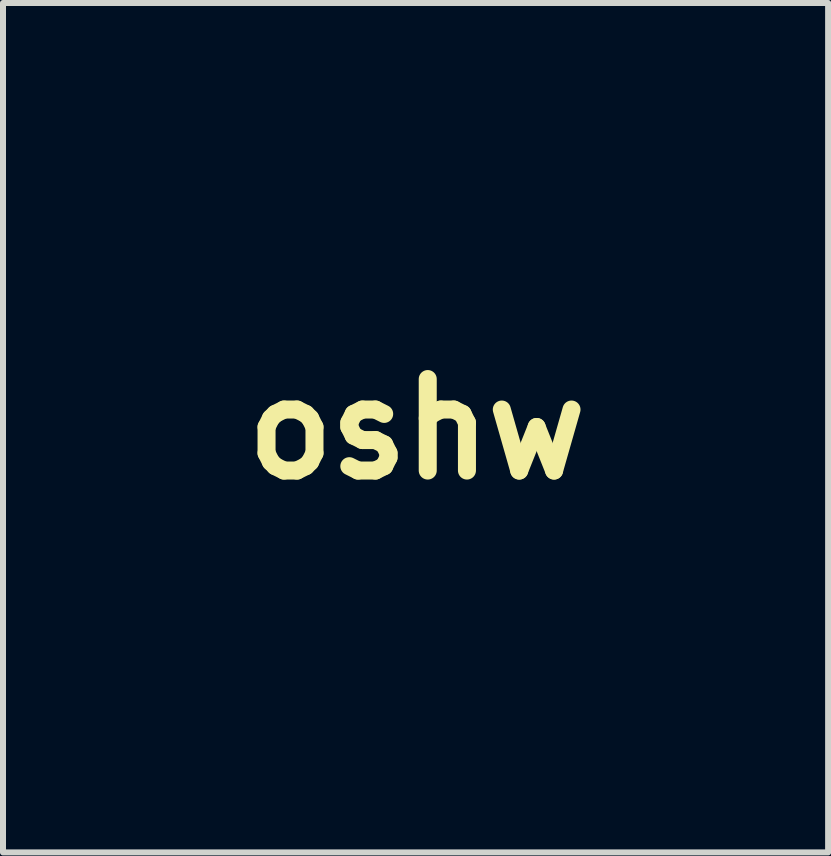
<source format=kicad_pcb>
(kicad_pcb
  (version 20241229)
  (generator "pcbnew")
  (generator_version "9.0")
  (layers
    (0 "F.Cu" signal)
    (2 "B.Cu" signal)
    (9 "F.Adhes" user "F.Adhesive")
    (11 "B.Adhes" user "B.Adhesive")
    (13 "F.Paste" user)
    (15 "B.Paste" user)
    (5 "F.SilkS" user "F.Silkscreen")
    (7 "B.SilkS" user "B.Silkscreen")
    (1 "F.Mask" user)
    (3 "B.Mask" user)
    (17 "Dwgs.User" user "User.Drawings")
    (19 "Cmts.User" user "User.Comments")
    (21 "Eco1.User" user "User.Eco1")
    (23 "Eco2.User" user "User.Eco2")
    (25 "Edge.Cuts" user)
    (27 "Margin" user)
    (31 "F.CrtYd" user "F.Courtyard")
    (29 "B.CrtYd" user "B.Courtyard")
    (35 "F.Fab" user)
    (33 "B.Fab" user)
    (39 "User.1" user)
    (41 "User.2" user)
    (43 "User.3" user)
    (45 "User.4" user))
  (footprint "oshw"
    (layer "F.Cu")
    (at 3.894 4.099)
    (property "Reference" "oshw" (at 0 0 0) (layer "F.SilkS") (effects (font (size 1.524 1.524) (thickness 0.3))))
    (attr through_hole)
    (fp_poly (pts (xy -1.352 3.211) (xy -1.318 3.23) (xy -1.317 3.233) (xy -1.297 3.249) (xy -1.253 3.233) (xy -1.166 3.207) (xy -1.074 3.21) (xy -1.006 3.238) (xy -0.976 3.264) (xy -0.976 3.293) (xy -1.004 3.339) (xy -1.042 3.384) (xy -1.088 3.398) (xy -1.141 3.393) (xy -1.206 3.387) (xy -1.252 3.396) (xy -1.283 3.426) (xy -1.302 3.485) (xy -1.314 3.581) (xy -1.322 3.719) (xy -1.322 3.73) (xy -1.335 4.03) (xy -1.417 4.038) (xy -1.5 4.046) (xy -1.5 3.204) (xy -1.413 3.204) (xy -1.352 3.211)) (stroke (width 0.01) (type solid)) (fill yes) (layer "F.Mask"))
    (fp_poly (pts (xy 2.086 1.94) (xy 2.11 1.966) (xy 2.11 1.972) (xy 2.115 1.997) (xy 2.138 1.991) (xy 2.167 1.972) (xy 2.245 1.941) (xy 2.34 1.934) (xy 2.426 1.953) (xy 2.455 1.968) (xy 2.486 1.995) (xy 2.486 2.019) (xy 2.453 2.059) (xy 2.443 2.07) (xy 2.388 2.116) (xy 2.331 2.125) (xy 2.299 2.121) (xy 2.226 2.119) (xy 2.17 2.153) (xy 2.164 2.159) (xy 2.14 2.187) (xy 2.124 2.224) (xy 2.115 2.279) (xy 2.111 2.363) (xy 2.11 2.487) (xy 2.11 2.492) (xy 2.11 2.771) (xy 1.932 2.771) (xy 1.932 1.932) (xy 2.021 1.932) (xy 2.086 1.94)) (stroke (width 0.01) (type solid)) (fill yes) (layer "F.Mask"))
    (fp_poly (pts (xy 1.885 3.213) (xy 1.907 3.24) (xy 1.907 3.24) (xy 1.913 3.263) (xy 1.94 3.258) (xy 1.977 3.24) (xy 2.074 3.209) (xy 2.174 3.209) (xy 2.252 3.24) (xy 2.283 3.266) (xy 2.283 3.291) (xy 2.249 3.331) (xy 2.241 3.339) (xy 2.183 3.385) (xy 2.118 3.393) (xy 2.101 3.39) (xy 2.016 3.395) (xy 1.97 3.416) (xy 1.948 3.438) (xy 1.933 3.471) (xy 1.923 3.525) (xy 1.916 3.61) (xy 1.911 3.735) (xy 1.911 3.748) (xy 1.903 4.043) (xy 1.833 4.043) (xy 1.775 4.037) (xy 1.746 4.026) (xy 1.74 3.996) (xy 1.735 3.924) (xy 1.731 3.819) (xy 1.729 3.691) (xy 1.729 3.606) (xy 1.729 3.204) (xy 1.818 3.204) (xy 1.885 3.213)) (stroke (width 0.01) (type solid)) (fill yes) (layer "F.Mask"))
    (fp_poly (pts (xy 1.297 2.212) (xy 1.298 2.338) (xy 1.302 2.424) (xy 1.311 2.48) (xy 1.326 2.516) (xy 1.348 2.543) (xy 1.403 2.581) (xy 1.449 2.593) (xy 1.505 2.576) (xy 1.551 2.543) (xy 1.574 2.514) (xy 1.588 2.476) (xy 1.597 2.419) (xy 1.601 2.33) (xy 1.602 2.212) (xy 1.602 1.932) (xy 1.781 1.932) (xy 1.774 2.345) (xy 1.767 2.759) (xy 1.684 2.767) (xy 1.625 2.766) (xy 1.603 2.744) (xy 1.602 2.734) (xy 1.597 2.709) (xy 1.573 2.71) (xy 1.527 2.733) (xy 1.411 2.768) (xy 1.296 2.752) (xy 1.284 2.747) (xy 1.229 2.713) (xy 1.182 2.67) (xy 1.161 2.641) (xy 1.146 2.603) (xy 1.136 2.545) (xy 1.129 2.46) (xy 1.125 2.336) (xy 1.123 2.273) (xy 1.115 1.932) (xy 1.297 1.932) (xy 1.297 2.212)) (stroke (width 0.01) (type solid)) (fill yes) (layer "F.Mask"))
    (fp_poly (pts (xy 2.934 1.947) (xy 3.026 1.99) (xy 3.092 2.04) (xy 3.115 2.079) (xy 3.096 2.116) (xy 3.063 2.143) (xy 3.014 2.173) (xy 2.977 2.171) (xy 2.944 2.15) (xy 2.857 2.114) (xy 2.775 2.122) (xy 2.706 2.17) (xy 2.66 2.251) (xy 2.644 2.352) (xy 2.662 2.459) (xy 2.71 2.538) (xy 2.78 2.583) (xy 2.862 2.589) (xy 2.944 2.554) (xy 2.988 2.529) (xy 3.025 2.536) (xy 3.063 2.56) (xy 3.108 2.602) (xy 3.111 2.639) (xy 3.071 2.683) (xy 3.046 2.703) (xy 2.946 2.749) (xy 2.828 2.764) (xy 2.711 2.746) (xy 2.67 2.728) (xy 2.564 2.649) (xy 2.497 2.541) (xy 2.468 2.401) (xy 2.466 2.354) (xy 2.48 2.209) (xy 2.513 2.112) (xy 2.589 2.019) (xy 2.694 1.959) (xy 2.813 1.934) (xy 2.934 1.947)) (stroke (width 0.01) (type solid)) (fill yes) (layer "F.Mask"))
    (fp_poly (pts (xy -1.068 1.949) (xy -0.972 2.005) (xy -0.935 2.043) (xy -0.916 2.074) (xy -0.904 2.118) (xy -0.896 2.186) (xy -0.892 2.285) (xy -0.89 2.426) (xy -0.89 2.436) (xy -0.89 2.775) (xy -0.973 2.767) (xy -1.055 2.759) (xy -1.062 2.48) (xy -1.07 2.331) (xy -1.084 2.227) (xy -1.108 2.16) (xy -1.143 2.123) (xy -1.194 2.111) (xy -1.205 2.111) (xy -1.257 2.115) (xy -1.293 2.133) (xy -1.317 2.172) (xy -1.332 2.24) (xy -1.342 2.345) (xy -1.348 2.459) (xy -1.36 2.759) (xy -1.443 2.767) (xy -1.511 2.762) (xy -1.539 2.74) (xy -1.543 2.704) (xy -1.546 2.626) (xy -1.547 2.517) (xy -1.546 2.388) (xy -1.545 2.325) (xy -1.538 1.945) (xy -1.467 1.937) (xy -1.402 1.94) (xy -1.36 1.958) (xy -1.314 1.973) (xy -1.275 1.96) (xy -1.174 1.932) (xy -1.068 1.949)) (stroke (width 0.01) (type solid)) (fill yes) (layer "F.Mask"))
    (fp_poly (pts (xy -3.474 1.941) (xy -3.368 1.98) (xy -3.282 2.055) (xy -3.268 2.075) (xy -3.228 2.171) (xy -3.209 2.295) (xy -3.212 2.426) (xy -3.237 2.545) (xy -3.248 2.572) (xy -3.319 2.678) (xy -3.418 2.745) (xy -3.534 2.769) (xy -3.66 2.749) (xy -3.712 2.727) (xy -3.79 2.668) (xy -3.846 2.593) (xy -3.877 2.493) (xy -3.889 2.367) (xy -3.887 2.323) (xy -3.71 2.323) (xy -3.707 2.371) (xy -3.685 2.489) (xy -3.643 2.564) (xy -3.582 2.595) (xy -3.506 2.579) (xy -3.465 2.555) (xy -3.416 2.493) (xy -3.39 2.403) (xy -3.388 2.303) (xy -3.41 2.209) (xy -3.449 2.148) (xy -3.515 2.114) (xy -3.593 2.12) (xy -3.664 2.164) (xy -3.694 2.203) (xy -3.709 2.25) (xy -3.71 2.323) (xy -3.887 2.323) (xy -3.882 2.238) (xy -3.856 2.128) (xy -3.853 2.123) (xy -3.789 2.028) (xy -3.697 1.966) (xy -3.588 1.936) (xy -3.474 1.941)) (stroke (width 0.01) (type solid)) (fill yes) (layer "F.Mask"))
    (fp_poly (pts (xy 0.778 1.957) (xy 0.879 2.013) (xy 0.899 2.032) (xy 0.94 2.076) (xy 0.964 2.12) (xy 0.978 2.179) (xy 0.985 2.267) (xy 0.988 2.31) (xy 0.986 2.459) (xy 0.963 2.57) (xy 0.915 2.653) (xy 0.838 2.718) (xy 0.831 2.722) (xy 0.727 2.76) (xy 0.61 2.767) (xy 0.521 2.747) (xy 0.469 2.714) (xy 0.412 2.663) (xy 0.409 2.66) (xy 0.356 2.571) (xy 0.326 2.453) (xy 0.32 2.354) (xy 0.509 2.354) (xy 0.511 2.446) (xy 0.522 2.503) (xy 0.545 2.538) (xy 0.565 2.554) (xy 0.646 2.59) (xy 0.719 2.577) (xy 0.763 2.543) (xy 0.796 2.494) (xy 0.811 2.422) (xy 0.814 2.352) (xy 0.799 2.233) (xy 0.757 2.153) (xy 0.69 2.114) (xy 0.657 2.11) (xy 0.584 2.127) (xy 0.536 2.179) (xy 0.513 2.272) (xy 0.509 2.354) (xy 0.32 2.354) (xy 0.318 2.321) (xy 0.335 2.191) (xy 0.376 2.081) (xy 0.377 2.079) (xy 0.451 1.998) (xy 0.551 1.95) (xy 0.664 1.936) (xy 0.778 1.957)) (stroke (width 0.01) (type solid)) (fill yes) (layer "F.Mask"))
    (fp_poly (pts (xy -0.311 3.452) (xy -0.318 4.03) (xy -0.4 4.038) (xy -0.461 4.036) (xy -0.483 4.014) (xy -0.483 4.008) (xy -0.489 3.984) (xy -0.515 3.987) (xy -0.553 4.006) (xy -0.669 4.039) (xy -0.789 4.023) (xy -0.807 4.016) (xy -0.858 3.98) (xy -0.91 3.92) (xy -0.916 3.91) (xy -0.942 3.862) (xy -0.956 3.809) (xy -0.963 3.737) (xy -0.962 3.632) (xy -0.962 3.629) (xy -0.788 3.629) (xy -0.774 3.74) (xy -0.734 3.819) (xy -0.676 3.86) (xy -0.604 3.86) (xy -0.548 3.83) (xy -0.513 3.783) (xy -0.494 3.696) (xy -0.491 3.659) (xy -0.493 3.531) (xy -0.523 3.445) (xy -0.581 3.397) (xy -0.627 3.387) (xy -0.705 3.398) (xy -0.757 3.452) (xy -0.784 3.549) (xy -0.788 3.629) (xy -0.962 3.629) (xy -0.961 3.589) (xy -0.957 3.477) (xy -0.95 3.404) (xy -0.937 3.355) (xy -0.914 3.32) (xy -0.877 3.284) (xy -0.87 3.278) (xy -0.774 3.22) (xy -0.669 3.203) (xy -0.569 3.226) (xy -0.54 3.243) (xy -0.483 3.283) (xy -0.483 2.873) (xy -0.304 2.873) (xy -0.311 3.452)) (stroke (width 0.01) (type solid)) (fill yes) (layer "F.Mask"))
    (fp_poly (pts (xy 0.071 1.96) (xy 0.129 1.984) (xy 0.23 2.036) (xy 0.185 2.099) (xy 0.137 2.144) (xy 0.089 2.145) (xy 0.033 2.133) (xy -0.048 2.121) (xy -0.082 2.117) (xy -0.16 2.113) (xy -0.201 2.124) (xy -0.22 2.15) (xy -0.217 2.199) (xy -0.171 2.238) (xy -0.093 2.26) (xy -0.045 2.263) (xy 0.078 2.282) (xy 0.169 2.334) (xy 0.226 2.412) (xy 0.241 2.51) (xy 0.218 2.605) (xy 0.157 2.689) (xy 0.062 2.744) (xy -0.06 2.769) (xy -0.197 2.761) (xy -0.267 2.744) (xy -0.346 2.709) (xy -0.406 2.671) (xy -0.47 2.622) (xy -0.41 2.559) (xy -0.351 2.496) (xy -0.271 2.544) (xy -0.187 2.58) (xy -0.102 2.594) (xy -0.026 2.586) (xy 0.028 2.559) (xy 0.048 2.515) (xy 0.047 2.503) (xy 0.026 2.472) (xy -0.028 2.447) (xy -0.115 2.427) (xy -0.225 2.404) (xy -0.296 2.382) (xy -0.34 2.355) (xy -0.368 2.317) (xy -0.382 2.287) (xy -0.403 2.181) (xy -0.382 2.081) (xy -0.324 2.001) (xy -0.297 1.982) (xy -0.188 1.942) (xy -0.059 1.934) (xy 0.071 1.96)) (stroke (width 0.01) (type solid)) (fill yes) (layer "F.Mask"))
    (fp_poly (pts (xy -1.877 1.958) (xy -1.838 1.975) (xy -1.755 2.04) (xy -1.692 2.14) (xy -1.658 2.261) (xy -1.653 2.32) (xy -1.653 2.415) (xy -1.907 2.415) (xy -2.037 2.418) (xy -2.12 2.428) (xy -2.16 2.447) (xy -2.162 2.478) (xy -2.129 2.523) (xy -2.11 2.543) (xy -2.036 2.584) (xy -1.945 2.59) (xy -1.855 2.561) (xy -1.847 2.555) (xy -1.803 2.532) (xy -1.77 2.541) (xy -1.733 2.576) (xy -1.697 2.619) (xy -1.695 2.647) (xy -1.722 2.676) (xy -1.83 2.741) (xy -1.957 2.768) (xy -2.088 2.754) (xy -2.158 2.728) (xy -2.24 2.661) (xy -2.299 2.559) (xy -2.332 2.435) (xy -2.336 2.3) (xy -2.324 2.243) (xy -2.161 2.243) (xy -2.138 2.254) (xy -2.078 2.261) (xy -2.009 2.263) (xy -1.923 2.261) (xy -1.876 2.252) (xy -1.858 2.233) (xy -1.856 2.217) (xy -1.877 2.158) (xy -1.93 2.12) (xy -1.999 2.107) (xy -2.068 2.123) (xy -2.122 2.167) (xy -2.151 2.216) (xy -2.161 2.243) (xy -2.324 2.243) (xy -2.308 2.166) (xy -2.29 2.118) (xy -2.219 2.016) (xy -2.121 1.953) (xy -2.005 1.933) (xy -1.877 1.958)) (stroke (width 0.01) (type solid)) (fill yes) (layer "F.Mask"))
    (fp_poly (pts (xy 3.614 1.958) (xy 3.65 1.973) (xy 3.734 2.029) (xy 3.79 2.109) (xy 3.822 2.223) (xy 3.83 2.274) (xy 3.846 2.415) (xy 3.588 2.415) (xy 3.458 2.418) (xy 3.374 2.427) (xy 3.332 2.446) (xy 3.329 2.476) (xy 3.361 2.521) (xy 3.382 2.543) (xy 3.455 2.584) (xy 3.547 2.59) (xy 3.636 2.561) (xy 3.645 2.555) (xy 3.689 2.532) (xy 3.722 2.541) (xy 3.759 2.576) (xy 3.795 2.619) (xy 3.797 2.647) (xy 3.77 2.676) (xy 3.662 2.741) (xy 3.535 2.768) (xy 3.404 2.754) (xy 3.334 2.728) (xy 3.252 2.661) (xy 3.193 2.559) (xy 3.16 2.435) (xy 3.156 2.3) (xy 3.168 2.243) (xy 3.331 2.243) (xy 3.354 2.254) (xy 3.414 2.261) (xy 3.483 2.263) (xy 3.569 2.261) (xy 3.616 2.252) (xy 3.634 2.233) (xy 3.636 2.217) (xy 3.615 2.158) (xy 3.562 2.12) (xy 3.493 2.107) (xy 3.424 2.123) (xy 3.37 2.167) (xy 3.341 2.216) (xy 3.331 2.243) (xy 3.168 2.243) (xy 3.184 2.166) (xy 3.202 2.118) (xy 3.273 2.016) (xy 3.371 1.953) (xy 3.487 1.933) (xy 3.614 1.958)) (stroke (width 0.01) (type solid)) (fill yes) (layer "F.Mask"))
    (fp_poly (pts (xy 2.779 3.245) (xy 2.874 3.319) (xy 2.936 3.429) (xy 2.958 3.519) (xy 2.965 3.595) (xy 2.964 3.65) (xy 2.96 3.664) (xy 2.93 3.674) (xy 2.862 3.681) (xy 2.766 3.686) (xy 2.706 3.687) (xy 2.58 3.69) (xy 2.501 3.7) (xy 2.465 3.721) (xy 2.468 3.754) (xy 2.506 3.803) (xy 2.517 3.814) (xy 2.592 3.856) (xy 2.682 3.86) (xy 2.763 3.827) (xy 2.804 3.805) (xy 2.841 3.812) (xy 2.884 3.842) (xy 2.927 3.883) (xy 2.933 3.913) (xy 2.919 3.935) (xy 2.837 3.997) (xy 2.727 4.032) (xy 2.606 4.036) (xy 2.489 4.008) (xy 2.466 3.998) (xy 2.373 3.924) (xy 2.314 3.813) (xy 2.289 3.665) (xy 2.288 3.629) (xy 2.304 3.474) (xy 2.469 3.474) (xy 2.471 3.508) (xy 2.519 3.528) (xy 2.614 3.534) (xy 2.619 3.534) (xy 2.709 3.531) (xy 2.757 3.52) (xy 2.771 3.499) (xy 2.771 3.498) (xy 2.75 3.438) (xy 2.695 3.399) (xy 2.624 3.384) (xy 2.551 3.399) (xy 2.513 3.424) (xy 2.469 3.474) (xy 2.304 3.474) (xy 2.305 3.468) (xy 2.353 3.345) (xy 2.432 3.26) (xy 2.541 3.216) (xy 2.655 3.212) (xy 2.779 3.245)) (stroke (width 0.01) (type solid)) (fill yes) (layer "F.Mask"))
    (fp_poly (pts (xy 1.341 3.214) (xy 1.433 3.239) (xy 1.489 3.27) (xy 1.529 3.315) (xy 1.554 3.382) (xy 1.568 3.477) (xy 1.572 3.611) (xy 1.571 3.726) (xy 1.567 3.854) (xy 1.563 3.941) (xy 1.556 3.993) (xy 1.544 4.022) (xy 1.526 4.034) (xy 1.505 4.038) (xy 1.446 4.035) (xy 1.416 4.022) (xy 1.369 4.011) (xy 1.335 4.019) (xy 1.24 4.038) (xy 1.131 4.032) (xy 1.068 4.014) (xy 0.984 3.957) (xy 0.931 3.87) (xy 0.917 3.788) (xy 1.094 3.788) (xy 1.108 3.835) (xy 1.125 3.848) (xy 1.188 3.861) (xy 1.266 3.861) (xy 1.335 3.85) (xy 1.368 3.834) (xy 1.393 3.785) (xy 1.398 3.745) (xy 1.393 3.709) (xy 1.366 3.692) (xy 1.306 3.687) (xy 1.286 3.687) (xy 1.207 3.69) (xy 1.146 3.699) (xy 1.134 3.702) (xy 1.103 3.736) (xy 1.094 3.788) (xy 0.917 3.788) (xy 0.914 3.768) (xy 0.938 3.667) (xy 0.943 3.657) (xy 0.999 3.601) (xy 1.093 3.559) (xy 1.212 3.537) (xy 1.272 3.534) (xy 1.348 3.533) (xy 1.385 3.523) (xy 1.396 3.499) (xy 1.394 3.464) (xy 1.384 3.422) (xy 1.359 3.4) (xy 1.304 3.39) (xy 1.261 3.386) (xy 1.184 3.387) (xy 1.127 3.396) (xy 1.112 3.404) (xy 1.075 3.41) (xy 1.025 3.389) (xy 0.982 3.353) (xy 0.966 3.316) (xy 0.989 3.272) (xy 1.05 3.237) (xy 1.138 3.215) (xy 1.239 3.206) (xy 1.341 3.214)) (stroke (width 0.01) (type solid)) (fill yes) (layer "F.Mask"))
    (fp_poly (pts (xy -1.926 3.21) (xy -1.824 3.239) (xy -1.742 3.286) (xy -1.695 3.349) (xy -1.69 3.362) (xy -1.685 3.409) (xy -1.682 3.495) (xy -1.682 3.607) (xy -1.683 3.725) (xy -1.687 3.854) (xy -1.691 3.94) (xy -1.698 3.993) (xy -1.71 4.022) (xy -1.728 4.034) (xy -1.749 4.038) (xy -1.809 4.034) (xy -1.839 4.021) (xy -1.888 4.009) (xy -1.908 4.018) (xy -1.967 4.036) (xy -2.051 4.04) (xy -2.136 4.03) (xy -2.177 4.018) (xy -2.244 3.971) (xy -2.303 3.899) (xy -2.336 3.822) (xy -2.339 3.795) (xy -2.332 3.766) (xy -2.16 3.766) (xy -2.146 3.817) (xy -2.131 3.834) (xy -2.082 3.856) (xy -2.008 3.864) (xy -1.93 3.858) (xy -1.896 3.849) (xy -1.865 3.813) (xy -1.856 3.76) (xy -1.86 3.713) (xy -1.882 3.692) (xy -1.937 3.687) (xy -1.959 3.687) (xy -2.061 3.697) (xy -2.13 3.725) (xy -2.16 3.766) (xy -2.332 3.766) (xy -2.318 3.703) (xy -2.263 3.619) (xy -2.188 3.564) (xy -2.178 3.56) (xy -2.106 3.544) (xy -2.014 3.535) (xy -1.978 3.534) (xy -1.903 3.532) (xy -1.868 3.523) (xy -1.858 3.497) (xy -1.861 3.464) (xy -1.871 3.42) (xy -1.9 3.398) (xy -1.961 3.388) (xy -1.979 3.386) (xy -2.055 3.388) (xy -2.113 3.401) (xy -2.124 3.408) (xy -2.161 3.421) (xy -2.21 3.399) (xy -2.223 3.39) (xy -2.273 3.348) (xy -2.281 3.316) (xy -2.247 3.277) (xy -2.221 3.256) (xy -2.138 3.216) (xy -2.035 3.201) (xy -1.926 3.21)) (stroke (width 0.01) (type solid)) (fill yes) (layer "F.Mask"))
    (fp_poly (pts (xy -0.104 3.206) (xy -0.075 3.217) (xy -0.051 3.244) (xy -0.029 3.294) (xy -0.003 3.375) (xy 0.028 3.494) (xy 0.052 3.591) (xy 0.073 3.661) (xy 0.091 3.704) (xy 0.098 3.712) (xy 0.112 3.689) (xy 0.137 3.627) (xy 0.168 3.538) (xy 0.191 3.464) (xy 0.228 3.351) (xy 0.255 3.278) (xy 0.279 3.236) (xy 0.304 3.216) (xy 0.336 3.208) (xy 0.366 3.208) (xy 0.39 3.219) (xy 0.412 3.251) (xy 0.438 3.312) (xy 0.471 3.411) (xy 0.486 3.455) (xy 0.521 3.558) (xy 0.552 3.639) (xy 0.574 3.688) (xy 0.584 3.697) (xy 0.596 3.669) (xy 0.617 3.602) (xy 0.645 3.509) (xy 0.661 3.45) (xy 0.725 3.216) (xy 0.822 3.208) (xy 0.885 3.206) (xy 0.908 3.217) (xy 0.905 3.249) (xy 0.902 3.259) (xy 0.854 3.418) (xy 0.806 3.573) (xy 0.76 3.716) (xy 0.719 3.84) (xy 0.685 3.936) (xy 0.661 3.997) (xy 0.653 4.012) (xy 0.61 4.035) (xy 0.564 4.038) (xy 0.534 4.03) (xy 0.51 4.008) (xy 0.487 3.964) (xy 0.46 3.889) (xy 0.426 3.774) (xy 0.424 3.768) (xy 0.389 3.659) (xy 0.36 3.581) (xy 0.338 3.541) (xy 0.329 3.539) (xy 0.314 3.578) (xy 0.29 3.652) (xy 0.262 3.747) (xy 0.254 3.776) (xy 0.219 3.895) (xy 0.19 3.972) (xy 0.161 4.017) (xy 0.127 4.038) (xy 0.085 4.043) (xy 0.034 4.031) (xy 0.013 4.011) (xy -0.006 3.956) (xy -0.034 3.869) (xy -0.068 3.761) (xy -0.105 3.641) (xy -0.142 3.52) (xy -0.176 3.408) (xy -0.204 3.314) (xy -0.223 3.25) (xy -0.229 3.224) (xy -0.206 3.211) (xy -0.152 3.204) (xy -0.142 3.204) (xy -0.104 3.206)) (stroke (width 0.01) (type solid)) (fill yes) (layer "F.Mask"))
    (fp_poly (pts (xy -2.625 1.946) (xy -2.535 1.994) (xy -2.477 2.063) (xy -2.455 2.139) (xy -2.443 2.26) (xy -2.441 2.366) (xy -2.441 2.476) (xy -2.446 2.549) (xy -2.458 2.597) (xy -2.481 2.636) (xy -2.519 2.677) (xy -2.53 2.688) (xy -2.591 2.742) (xy -2.641 2.766) (xy -2.702 2.767) (xy -2.714 2.765) (xy -2.79 2.753) (xy -2.849 2.737) (xy -2.854 2.735) (xy -2.874 2.73) (xy -2.887 2.742) (xy -2.894 2.779) (xy -2.898 2.849) (xy -2.898 2.96) (xy -2.898 2.987) (xy -2.898 3.108) (xy -2.895 3.185) (xy -2.888 3.228) (xy -2.877 3.245) (xy -2.858 3.243) (xy -2.854 3.241) (xy -2.725 3.207) (xy -2.612 3.221) (xy -2.516 3.284) (xy -2.502 3.297) (xy -2.477 3.327) (xy -2.46 3.359) (xy -2.45 3.402) (xy -2.444 3.468) (xy -2.441 3.564) (xy -2.441 3.702) (xy -2.441 4.046) (xy -2.523 4.038) (xy -2.606 4.03) (xy -2.613 3.751) (xy -2.621 3.603) (xy -2.635 3.498) (xy -2.658 3.431) (xy -2.694 3.395) (xy -2.745 3.382) (xy -2.756 3.382) (xy -2.808 3.386) (xy -2.844 3.404) (xy -2.868 3.443) (xy -2.883 3.512) (xy -2.893 3.616) (xy -2.898 3.73) (xy -2.911 4.03) (xy -2.994 4.038) (xy -3.061 4.034) (xy -3.09 4.012) (xy -3.092 3.98) (xy -3.094 3.903) (xy -3.096 3.786) (xy -3.097 3.635) (xy -3.097 3.456) (xy -3.097 3.254) (xy -3.096 3.035) (xy -3.096 2.962) (xy -3.092 2.386) (xy -2.899 2.386) (xy -2.887 2.475) (xy -2.862 2.539) (xy -2.856 2.547) (xy -2.79 2.588) (xy -2.715 2.583) (xy -2.665 2.551) (xy -2.635 2.496) (xy -2.619 2.411) (xy -2.617 2.315) (xy -2.63 2.225) (xy -2.657 2.161) (xy -2.661 2.157) (xy -2.727 2.117) (xy -2.803 2.117) (xy -2.859 2.15) (xy -2.885 2.204) (xy -2.898 2.289) (xy -2.899 2.386) (xy -3.092 2.386) (xy -3.089 1.945) (xy -3.018 1.937) (xy -2.953 1.94) (xy -2.911 1.958) (xy -2.865 1.973) (xy -2.826 1.96) (xy -2.728 1.933) (xy -2.625 1.946)) (stroke (width 0.01) (type solid)) (fill yes) (layer "F.Mask"))
    (fp_poly (pts (xy 0.047 -4.093) (xy 0.167 -4.088) (xy 0.269 -4.081) (xy 0.342 -4.073) (xy 0.376 -4.062) (xy 0.376 -4.062) (xy 0.389 -4.026) (xy 0.409 -3.951) (xy 0.434 -3.845) (xy 0.459 -3.718) (xy 0.47 -3.661) (xy 0.496 -3.529) (xy 0.522 -3.414) (xy 0.545 -3.325) (xy 0.562 -3.273) (xy 0.568 -3.265) (xy 0.601 -3.242) (xy 0.666 -3.21) (xy 0.767 -3.167) (xy 0.91 -3.109) (xy 0.982 -3.08) (xy 1.112 -3.029) (xy 1.439 -3.256) (xy 1.553 -3.334) (xy 1.653 -3.4) (xy 1.731 -3.45) (xy 1.78 -3.479) (xy 1.792 -3.483) (xy 1.821 -3.466) (xy 1.876 -3.419) (xy 1.95 -3.349) (xy 2.035 -3.266) (xy 2.124 -3.176) (xy 2.209 -3.087) (xy 2.282 -3.008) (xy 2.336 -2.945) (xy 2.363 -2.907) (xy 2.365 -2.902) (xy 2.351 -2.87) (xy 2.313 -2.805) (xy 2.256 -2.714) (xy 2.184 -2.607) (xy 2.148 -2.555) (xy 2.073 -2.444) (xy 2.009 -2.349) (xy 1.962 -2.277) (xy 1.936 -2.235) (xy 1.932 -2.228) (xy 1.942 -2.195) (xy 1.969 -2.128) (xy 2.006 -2.038) (xy 2.05 -1.938) (xy 2.096 -1.838) (xy 2.137 -1.749) (xy 2.17 -1.683) (xy 2.189 -1.652) (xy 2.19 -1.651) (xy 2.224 -1.64) (xy 2.296 -1.624) (xy 2.395 -1.605) (xy 2.474 -1.591) (xy 2.598 -1.569) (xy 2.719 -1.547) (xy 2.817 -1.529) (xy 2.854 -1.521) (xy 2.975 -1.496) (xy 2.975 -1.08) (xy 2.974 -0.925) (xy 2.972 -0.813) (xy 2.968 -0.737) (xy 2.961 -0.69) (xy 2.95 -0.665) (xy 2.935 -0.653) (xy 2.93 -0.652) (xy 2.886 -0.641) (xy 2.806 -0.625) (xy 2.705 -0.606) (xy 2.657 -0.597) (xy 2.538 -0.575) (xy 2.422 -0.553) (xy 2.329 -0.535) (xy 2.309 -0.53) (xy 2.19 -0.505) (xy 2.069 -0.201) (xy 1.948 0.103) (xy 2.156 0.406) (xy 2.231 0.516) (xy 2.293 0.614) (xy 2.339 0.689) (xy 2.362 0.735) (xy 2.365 0.743) (xy 2.347 0.772) (xy 2.301 0.827) (xy 2.232 0.902) (xy 2.15 0.989) (xy 2.061 1.079) (xy 1.973 1.165) (xy 1.895 1.239) (xy 1.833 1.293) (xy 1.795 1.32) (xy 1.79 1.322) (xy 1.76 1.308) (xy 1.697 1.271) (xy 1.609 1.214) (xy 1.503 1.145) (xy 1.46 1.115) (xy 1.157 0.908) (xy 1.008 0.99) (xy 0.93 1.029) (xy 0.869 1.051) (xy 0.839 1.051) (xy 0.824 1.023) (xy 0.793 0.954) (xy 0.748 0.85) (xy 0.691 0.718) (xy 0.626 0.565) (xy 0.555 0.395) (xy 0.55 0.381) (xy 0.281 -0.267) (xy 0.337 -0.312) (xy 0.465 -0.418) (xy 0.559 -0.505) (xy 0.628 -0.582) (xy 0.681 -0.657) (xy 0.699 -0.689) (xy 0.736 -0.759) (xy 0.758 -0.82) (xy 0.77 -0.888) (xy 0.775 -0.98) (xy 0.775 -1.068) (xy 0.768 -1.237) (xy 0.74 -1.371) (xy 0.687 -1.486) (xy 0.604 -1.597) (xy 0.556 -1.647) (xy 0.398 -1.776) (xy 0.227 -1.856) (xy 0.036 -1.891) (xy -0.025 -1.893) (xy -0.233 -1.869) (xy -0.418 -1.801) (xy -0.577 -1.69) (xy -0.706 -1.538) (xy -0.766 -1.434) (xy -0.831 -1.245) (xy -0.849 -1.045) (xy -0.818 -0.843) (xy -0.804 -0.795) (xy -0.747 -0.677) (xy -0.658 -0.553) (xy -0.553 -0.44) (xy -0.444 -0.355) (xy -0.388 -0.313) (xy -0.358 -0.274) (xy -0.356 -0.265) (xy -0.365 -0.234) (xy -0.391 -0.163) (xy -0.431 -0.06) (xy -0.481 0.067) (xy -0.538 0.21) (xy -0.599 0.363) (xy -0.662 0.517) (xy -0.723 0.665) (xy -0.779 0.799) (xy -0.827 0.912) (xy -0.864 0.996) (xy -0.886 1.043) (xy -0.891 1.051) (xy -0.921 1.051) (xy -0.982 1.03) (xy -1.062 0.994) (xy -1.066 0.993) (xy -1.222 0.914) (xy -1.521 1.118) (xy -1.631 1.191) (xy -1.728 1.252) (xy -1.804 1.296) (xy -1.85 1.317) (xy -1.857 1.318) (xy -1.887 1.3) (xy -1.945 1.25) (xy -2.023 1.178) (xy -2.115 1.088) (xy -2.157 1.045) (xy -2.25 0.949) (xy -2.331 0.866) (xy -2.392 0.802) (xy -2.427 0.765) (xy -2.432 0.759) (xy -2.423 0.733) (xy -2.389 0.673) (xy -2.335 0.588) (xy -2.266 0.483) (xy -2.226 0.424) (xy -2.007 0.105) (xy -2.126 -0.195) (xy -2.172 -0.309) (xy -2.21 -0.404) (xy -2.237 -0.472) (xy -2.251 -0.502) (xy -2.251 -0.503) (xy -2.276 -0.51) (xy -2.343 -0.524) (xy -2.443 -0.544) (xy -2.565 -0.568) (xy -2.635 -0.581) (xy -3.013 -0.652) (xy -3.016 -0.86) (xy -2.845 -0.86) (xy -2.843 -0.804) (xy -2.841 -0.788) (xy -2.814 -0.784) (xy -2.747 -0.771) (xy -2.65 -0.753) (xy -2.53 -0.73) (xy -2.505 -0.725) (xy -2.339 -0.69) (xy -2.22 -0.658) (xy -2.148 -0.629) (xy -2.132 -0.617) (xy -2.101 -0.57) (xy -2.059 -0.487) (xy -2.012 -0.38) (xy -1.964 -0.26) (xy -1.918 -0.137) (xy -1.879 -0.023) (xy -1.852 0.072) (xy -1.839 0.137) (xy -1.839 0.152) (xy -1.858 0.198) (xy -1.901 0.274) (xy -1.96 0.371) (xy -2.03 0.478) (xy -2.033 0.483) (xy -2.213 0.748) (xy -2.028 0.934) (xy -1.949 1.01) (xy -1.88 1.069) (xy -1.832 1.103) (xy -1.814 1.108) (xy -1.783 1.09) (xy -1.719 1.049) (xy -1.633 0.991) (xy -1.544 0.93) (xy -1.415 0.845) (xy -1.315 0.791) (xy -1.234 0.766) (xy -1.163 0.766) (xy -1.091 0.789) (xy -1.068 0.801) (xy -1.014 0.821) (xy -0.982 0.818) (xy -0.981 0.816) (xy -0.967 0.787) (xy -0.937 0.718) (xy -0.895 0.616) (xy -0.842 0.49) (xy -0.782 0.346) (xy -0.765 0.304) (xy -0.563 -0.185) (xy -0.7 -0.311) (xy -0.844 -0.474) (xy -0.95 -0.661) (xy -1.014 -0.864) (xy -1.034 -1.073) (xy -1.017 -1.237) (xy -0.949 -1.451) (xy -0.844 -1.638) (xy -0.705 -1.795) (xy -0.539 -1.919) (xy -0.353 -2.006) (xy -0.151 -2.052) (xy 0.061 -2.055) (xy 0.274 -2.01) (xy 0.481 -1.919) (xy 0.656 -1.79) (xy 0.796 -1.628) (xy 0.896 -1.439) (xy 0.955 -1.228) (xy 0.969 -1.049) (xy 0.944 -0.822) (xy 0.872 -0.613) (xy 0.756 -0.426) (xy 0.618 -0.283) (xy 0.504 -0.186) (xy 0.713 0.32) (xy 0.775 0.469) (xy 0.83 0.602) (xy 0.875 0.711) (xy 0.909 0.789) (xy 0.927 0.83) (xy 0.929 0.835) (xy 0.954 0.83) (xy 1.005 0.807) (xy 1.013 0.803) (xy 1.08 0.774) (xy 1.144 0.765) (xy 1.213 0.777) (xy 1.296 0.813) (xy 1.404 0.876) (xy 1.51 0.946) (xy 1.782 1.129) (xy 1.97 0.939) (xy 2.159 0.75) (xy 1.969 0.472) (xy 1.875 0.327) (xy 1.813 0.217) (xy 1.783 0.142) (xy 1.78 0.122) (xy 1.79 0.064) (xy 1.818 -0.029) (xy 1.858 -0.142) (xy 1.906 -0.265) (xy 1.956 -0.386) (xy 2.005 -0.491) (xy 2.046 -0.57) (xy 2.07 -0.604) (xy 2.106 -0.632) (xy 2.162 -0.657) (xy 2.247 -0.681) (xy 2.369 -0.708) (xy 2.454 -0.725) (xy 2.576 -0.749) (xy 2.679 -0.768) (xy 2.752 -0.782) (xy 2.788 -0.788) (xy 2.789 -0.788) (xy 2.792 -0.812) (xy 2.795 -0.876) (xy 2.796 -0.97) (xy 2.797 -1.053) (xy 2.796 -1.174) (xy 2.792 -1.253) (xy 2.783 -1.3) (xy 2.769 -1.324) (xy 2.752 -1.332) (xy 2.711 -1.342) (xy 2.631 -1.358) (xy 2.524 -1.379) (xy 2.409 -1.4) (xy 2.268 -1.428) (xy 2.168 -1.454) (xy 2.102 -1.479) (xy 2.06 -1.507) (xy 2.056 -1.511) (xy 2.023 -1.56) (xy 1.978 -1.644) (xy 1.927 -1.751) (xy 1.875 -1.87) (xy 1.826 -1.988) (xy 1.787 -2.094) (xy 1.762 -2.176) (xy 1.755 -2.214) (xy 1.77 -2.266) (xy 1.815 -2.353) (xy 1.887 -2.47) (xy 1.956 -2.573) (xy 2.157 -2.866) (xy 1.974 -3.047) (xy 1.896 -3.124) (xy 1.83 -3.184) (xy 1.785 -3.221) (xy 1.772 -3.229) (xy 1.744 -3.216) (xy 1.684 -3.179) (xy 1.598 -3.123) (xy 1.495 -3.055) (xy 1.47 -3.038) (xy 1.337 -2.951) (xy 1.237 -2.893) (xy 1.164 -2.86) (xy 1.11 -2.848) (xy 1.105 -2.848) (xy 1.04 -2.858) (xy 0.944 -2.888) (xy 0.829 -2.93) (xy 0.708 -2.979) (xy 0.593 -3.032) (xy 0.497 -3.081) (xy 0.432 -3.123) (xy 0.417 -3.137) (xy 0.391 -3.18) (xy 0.365 -3.253) (xy 0.338 -3.362) (xy 0.309 -3.513) (xy 0.304 -3.543) (xy 0.243 -3.89) (xy -0.031 -3.89) (xy -0.142 -3.888) (xy -0.232 -3.883) (xy -0.289 -3.875) (xy -0.305 -3.868) (xy -0.31 -3.836) (xy -0.322 -3.764) (xy -0.34 -3.662) (xy -0.363 -3.539) (xy -0.369 -3.506) (xy -0.403 -3.34) (xy -0.435 -3.219) (xy -0.463 -3.143) (xy -0.477 -3.122) (xy -0.527 -3.089) (xy -0.612 -3.045) (xy -0.721 -2.996) (xy -0.84 -2.947) (xy -0.959 -2.903) (xy -1.063 -2.869) (xy -1.14 -2.85) (xy -1.163 -2.848) (xy -1.213 -2.855) (xy -1.275 -2.88) (xy -1.357 -2.926) (xy -1.467 -2.997) (xy -1.527 -3.038) (xy -1.631 -3.109) (xy -1.72 -3.168) (xy -1.787 -3.21) (xy -1.821 -3.228) (xy -1.824 -3.229) (xy -1.849 -3.212) (xy -1.902 -3.166) (xy -1.972 -3.099) (xy -2.026 -3.045) (xy -2.208 -2.86) (xy -2.007 -2.561) (xy -1.934 -2.449) (xy -1.873 -2.349) (xy -1.829 -2.27) (xy -1.807 -2.221) (xy -1.805 -2.213) (xy -1.816 -2.164) (xy -1.845 -2.081) (xy -1.887 -1.975) (xy -1.937 -1.858) (xy -1.99 -1.742) (xy -2.041 -1.638) (xy -2.085 -1.557) (xy -2.116 -1.51) (xy -2.118 -1.508) (xy -2.156 -1.481) (xy -2.218 -1.456) (xy -2.312 -1.431) (xy -2.444 -1.404) (xy -2.504 -1.392) (xy -2.835 -1.332) (xy -2.842 -1.06) (xy -2.844 -0.949) (xy -2.845 -0.86) (xy -3.016 -0.86) (xy -3.027 -1.496) (xy -2.905 -1.521) (xy -2.826 -1.536) (xy -2.715 -1.557) (xy -2.591 -1.58) (xy -2.53 -1.59) (xy -2.42 -1.612) (xy -2.327 -1.634) (xy -2.264 -1.654) (xy -2.246 -1.663) (xy -2.223 -1.698) (xy -2.187 -1.767) (xy -2.144 -1.859) (xy -2.099 -1.96) (xy -2.057 -2.059) (xy -2.023 -2.144) (xy -2.004 -2.2) (xy -2.002 -2.212) (xy -2.015 -2.245) (xy -2.052 -2.312) (xy -2.109 -2.404) (xy -2.18 -2.513) (xy -2.223 -2.577) (xy -2.448 -2.903) (xy -2.159 -3.193) (xy -2.06 -3.291) (xy -1.973 -3.375) (xy -1.904 -3.439) (xy -1.86 -3.476) (xy -1.848 -3.483) (xy -1.821 -3.47) (xy -1.76 -3.432) (xy -1.672 -3.375) (xy -1.567 -3.304) (xy -1.506 -3.262) (xy -1.392 -3.186) (xy -1.291 -3.121) (xy -1.21 -3.074) (xy -1.158 -3.048) (xy -1.146 -3.045) (xy -1.096 -3.058) (xy -1.018 -3.086) (xy -0.923 -3.125) (xy -0.822 -3.169) (xy -0.729 -3.213) (xy -0.654 -3.251) (xy -0.611 -3.278) (xy -0.605 -3.284) (xy -0.595 -3.32) (xy -0.577 -3.397) (xy -0.555 -3.503) (xy -0.531 -3.63) (xy -0.52 -3.687) (xy -0.495 -3.818) (xy -0.469 -3.931) (xy -0.447 -4.017) (xy -0.429 -4.066) (xy -0.424 -4.074) (xy -0.383 -4.084) (xy -0.305 -4.09) (xy -0.2 -4.094) (xy -0.079 -4.094) (xy 0.047 -4.093)) (stroke (width 0.01) (type solid)) (fill yes) (layer "F.Mask")))
  (gr_rect
    (start -3 -3)
    (end 10.745 11.15)
    (stroke (width 0.1) (type default))
    (fill no)
    (layer "Edge.Cuts")))
</source>
